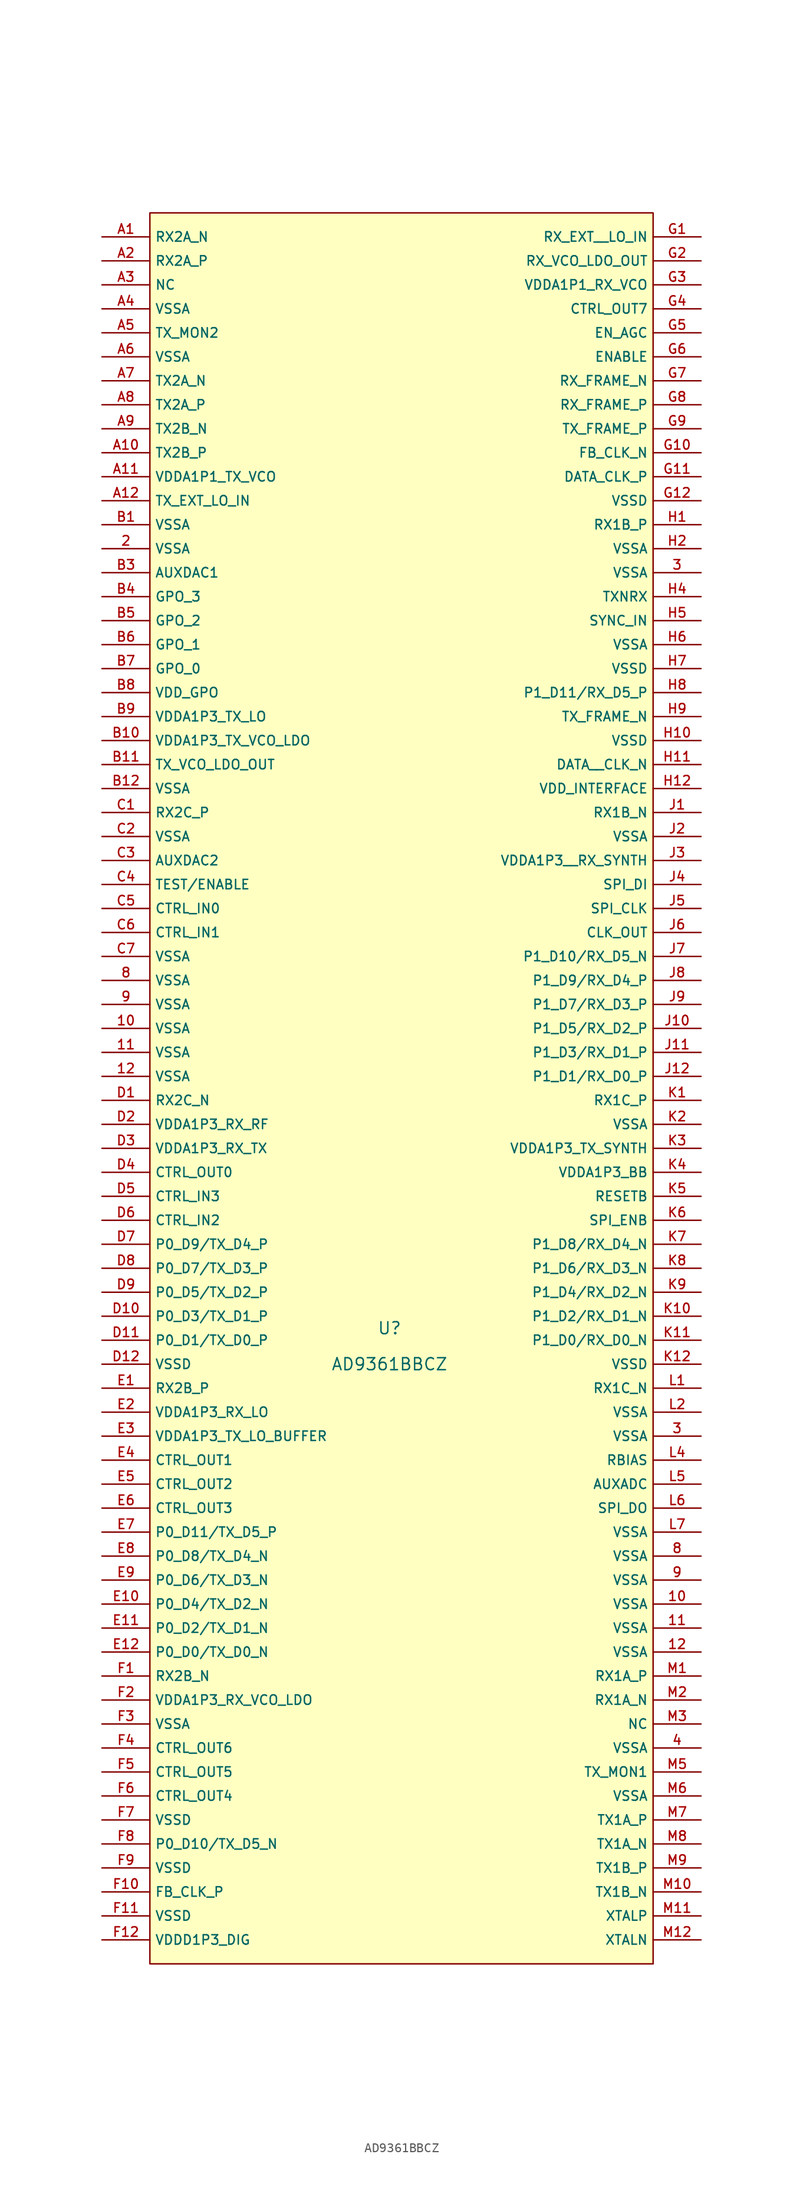
<source format=kicad_sym>
(kicad_symbol_lib
  (version 20210201)
  (generator TousstNicolas/JLC2KiCad_lib)
  (symbol "AD9361BBCZ"
    (property "Reference" "U"
      (at 0 1.27 0)
      (effects (font (size 1.27 1.27))))
    (property "Value" "AD9361BBCZ"
      (at 0 -2.54 0)
      (effects (font (size 1.27 1.27))))
    (symbol "AD9361BBCZ_0_1"
      (pin unspecified line (at -30.48 116.84 0) (length 5.08) (name "RX2A_N" (effects (font (size 1 1)))) (number "A1" (effects (font (size 1 1)))))
      (pin unspecified line (at -30.48 114.3 0) (length 5.08) (name "RX2A_P" (effects (font (size 1 1)))) (number "A2" (effects (font (size 1 1)))))
      (pin unspecified line (at -30.48 111.76 0) (length 5.08) (name "NC" (effects (font (size 1 1)))) (number "A3" (effects (font (size 1 1)))))
      (pin unspecified line (at -30.48 109.22 0) (length 5.08) (name "VSSA" (effects (font (size 1 1)))) (number "A4" (effects (font (size 1 1)))))
      (pin unspecified line (at -30.48 106.68 0) (length 5.08) (name "TX_MON2" (effects (font (size 1 1)))) (number "A5" (effects (font (size 1 1)))))
      (pin unspecified line (at -30.48 104.14 0) (length 5.08) (name "VSSA" (effects (font (size 1 1)))) (number "A6" (effects (font (size 1 1)))))
      (pin unspecified line (at -30.48 101.6 0) (length 5.08) (name "TX2A_N" (effects (font (size 1 1)))) (number "A7" (effects (font (size 1 1)))))
      (pin unspecified line (at -30.48 99.06 0) (length 5.08) (name "TX2A_P" (effects (font (size 1 1)))) (number "A8" (effects (font (size 1 1)))))
      (pin unspecified line (at -30.48 96.52 0) (length 5.08) (name "TX2B_N" (effects (font (size 1 1)))) (number "A9" (effects (font (size 1 1)))))
      (pin unspecified line (at -30.48 93.98 0) (length 5.08) (name "TX2B_P" (effects (font (size 1 1)))) (number "A10" (effects (font (size 1 1)))))
      (pin unspecified line (at -30.48 91.44 0) (length 5.08) (name "VDDA1P1_TX_VCO" (effects (font (size 1 1)))) (number "A11" (effects (font (size 1 1)))))
      (pin unspecified line (at -30.48 88.9 0) (length 5.08) (name "TX_EXT_LO_IN" (effects (font (size 1 1)))) (number "A12" (effects (font (size 1 1)))))
      (pin unspecified line (at -30.48 86.36 0) (length 5.08) (name "VSSA" (effects (font (size 1 1)))) (number "B1" (effects (font (size 1 1)))))
      (pin unspecified line (at -30.48 83.82 0) (length 5.08) (name "VSSA" (effects (font (size 1 1)))) (number "2" (effects (font (size 1 1)))))
      (pin unspecified line (at -30.48 81.28 0) (length 5.08) (name "AUXDAC1" (effects (font (size 1 1)))) (number "B3" (effects (font (size 1 1)))))
      (pin unspecified line (at -30.48 78.74 0) (length 5.08) (name "GPO_3" (effects (font (size 1 1)))) (number "B4" (effects (font (size 1 1)))))
      (pin unspecified line (at -30.48 76.2 0) (length 5.08) (name "GPO_2" (effects (font (size 1 1)))) (number "B5" (effects (font (size 1 1)))))
      (pin unspecified line (at -30.48 73.66 0) (length 5.08) (name "GPO_1" (effects (font (size 1 1)))) (number "B6" (effects (font (size 1 1)))))
      (pin unspecified line (at -30.48 71.12 0) (length 5.08) (name "GPO_0" (effects (font (size 1 1)))) (number "B7" (effects (font (size 1 1)))))
      (pin unspecified line (at -30.48 68.58 0) (length 5.08) (name "VDD_GPO" (effects (font (size 1 1)))) (number "B8" (effects (font (size 1 1)))))
      (pin unspecified line (at -30.48 66.04 0) (length 5.08) (name "VDDA1P3_TX_LO" (effects (font (size 1 1)))) (number "B9" (effects (font (size 1 1)))))
      (pin unspecified line (at -30.48 63.5 0) (length 5.08) (name "VDDA1P3_TX_VCO_LDO" (effects (font (size 1 1)))) (number "B10" (effects (font (size 1 1)))))
      (pin unspecified line (at -30.48 60.96 0) (length 5.08) (name "TX_VCO_LDO_OUT" (effects (font (size 1 1)))) (number "B11" (effects (font (size 1 1)))))
      (pin unspecified line (at -30.48 58.42 0) (length 5.08) (name "VSSA" (effects (font (size 1 1)))) (number "B12" (effects (font (size 1 1)))))
      (pin unspecified line (at -30.48 55.88 0) (length 5.08) (name "RX2C_P" (effects (font (size 1 1)))) (number "C1" (effects (font (size 1 1)))))
      (pin unspecified line (at -30.48 53.34 0) (length 5.08) (name "VSSA" (effects (font (size 1 1)))) (number "C2" (effects (font (size 1 1)))))
      (pin unspecified line (at -30.48 50.8 0) (length 5.08) (name "AUXDAC2" (effects (font (size 1 1)))) (number "C3" (effects (font (size 1 1)))))
      (pin unspecified line (at -30.48 48.26 0) (length 5.08) (name "TEST/ENABLE" (effects (font (size 1 1)))) (number "C4" (effects (font (size 1 1)))))
      (pin unspecified line (at -30.48 45.72 0) (length 5.08) (name "CTRL_IN0" (effects (font (size 1 1)))) (number "C5" (effects (font (size 1 1)))))
      (pin unspecified line (at -30.48 43.18 0) (length 5.08) (name "CTRL_IN1" (effects (font (size 1 1)))) (number "C6" (effects (font (size 1 1)))))
      (pin unspecified line (at -30.48 40.64 0) (length 5.08) (name "VSSA" (effects (font (size 1 1)))) (number "C7" (effects (font (size 1 1)))))
      (pin unspecified line (at -30.48 38.1 0) (length 5.08) (name "VSSA" (effects (font (size 1 1)))) (number "8" (effects (font (size 1 1)))))
      (pin unspecified line (at -30.48 35.56 0) (length 5.08) (name "VSSA" (effects (font (size 1 1)))) (number "9" (effects (font (size 1 1)))))
      (pin unspecified line (at -30.48 33.02 0) (length 5.08) (name "VSSA" (effects (font (size 1 1)))) (number "10" (effects (font (size 1 1)))))
      (pin unspecified line (at -30.48 30.48 0) (length 5.08) (name "VSSA" (effects (font (size 1 1)))) (number "11" (effects (font (size 1 1)))))
      (pin unspecified line (at -30.48 27.94 0) (length 5.08) (name "VSSA" (effects (font (size 1 1)))) (number "12" (effects (font (size 1 1)))))
      (pin unspecified line (at -30.48 25.4 0) (length 5.08) (name "RX2C_N" (effects (font (size 1 1)))) (number "D1" (effects (font (size 1 1)))))
      (pin unspecified line (at -30.48 22.86 0) (length 5.08) (name "VDDA1P3_RX_RF" (effects (font (size 1 1)))) (number "D2" (effects (font (size 1 1)))))
      (pin unspecified line (at -30.48 20.32 0) (length 5.08) (name "VDDA1P3_RX_TX" (effects (font (size 1 1)))) (number "D3" (effects (font (size 1 1)))))
      (pin unspecified line (at -30.48 17.78 0) (length 5.08) (name "CTRL_OUT0" (effects (font (size 1 1)))) (number "D4" (effects (font (size 1 1)))))
      (pin unspecified line (at -30.48 15.24 0) (length 5.08) (name "CTRL_IN3" (effects (font (size 1 1)))) (number "D5" (effects (font (size 1 1)))))
      (pin unspecified line (at -30.48 12.7 0) (length 5.08) (name "CTRL_IN2" (effects (font (size 1 1)))) (number "D6" (effects (font (size 1 1)))))
      (pin unspecified line (at -30.48 10.16 0) (length 5.08) (name "P0_D9/TX_D4_P" (effects (font (size 1 1)))) (number "D7" (effects (font (size 1 1)))))
      (pin unspecified line (at -30.48 7.62 0) (length 5.08) (name "P0_D7/TX_D3_P" (effects (font (size 1 1)))) (number "D8" (effects (font (size 1 1)))))
      (pin unspecified line (at -30.48 5.08 0) (length 5.08) (name "P0_D5/TX_D2_P" (effects (font (size 1 1)))) (number "D9" (effects (font (size 1 1)))))
      (pin unspecified line (at -30.48 2.54 0) (length 5.08) (name "P0_D3/TX_D1_P" (effects (font (size 1 1)))) (number "D10" (effects (font (size 1 1)))))
      (pin unspecified line (at -30.48 -0.0 0) (length 5.08) (name "P0_D1/TX_D0_P" (effects (font (size 1 1)))) (number "D11" (effects (font (size 1 1)))))
      (pin unspecified line (at -30.48 -2.54 0) (length 5.08) (name "VSSD" (effects (font (size 1 1)))) (number "D12" (effects (font (size 1 1)))))
      (pin unspecified line (at -30.48 -5.08 0) (length 5.08) (name "RX2B_P" (effects (font (size 1 1)))) (number "E1" (effects (font (size 1 1)))))
      (pin unspecified line (at -30.48 -7.62 0) (length 5.08) (name "VDDA1P3_RX_LO" (effects (font (size 1 1)))) (number "E2" (effects (font (size 1 1)))))
      (pin unspecified line (at -30.48 -10.16 0) (length 5.08) (name "VDDA1P3_TX_LO_BUFFER" (effects (font (size 1 1)))) (number "E3" (effects (font (size 1 1)))))
      (pin unspecified line (at -30.48 -12.7 0) (length 5.08) (name "CTRL_OUT1" (effects (font (size 1 1)))) (number "E4" (effects (font (size 1 1)))))
      (pin unspecified line (at -30.48 -15.24 0) (length 5.08) (name "CTRL_OUT2" (effects (font (size 1 1)))) (number "E5" (effects (font (size 1 1)))))
      (pin unspecified line (at -30.48 -17.78 0) (length 5.08) (name "CTRL_OUT3" (effects (font (size 1 1)))) (number "E6" (effects (font (size 1 1)))))
      (pin unspecified line (at -30.48 -20.32 0) (length 5.08) (name "P0_D11/TX_D5_P" (effects (font (size 1 1)))) (number "E7" (effects (font (size 1 1)))))
      (pin unspecified line (at -30.48 -22.86 0) (length 5.08) (name "P0_D8/TX_D4_N" (effects (font (size 1 1)))) (number "E8" (effects (font (size 1 1)))))
      (pin unspecified line (at -30.48 -25.4 0) (length 5.08) (name "P0_D6/TX_D3_N" (effects (font (size 1 1)))) (number "E9" (effects (font (size 1 1)))))
      (pin unspecified line (at -30.48 -27.94 0) (length 5.08) (name "P0_D4/TX_D2_N" (effects (font (size 1 1)))) (number "E10" (effects (font (size 1 1)))))
      (pin unspecified line (at -30.48 -30.48 0) (length 5.08) (name "P0_D2/TX_D1_N" (effects (font (size 1 1)))) (number "E11" (effects (font (size 1 1)))))
      (pin unspecified line (at -30.48 -33.02 0) (length 5.08) (name "P0_D0/TX_D0_N" (effects (font (size 1 1)))) (number "E12" (effects (font (size 1 1)))))
      (pin unspecified line (at -30.48 -35.56 0) (length 5.08) (name "RX2B_N" (effects (font (size 1 1)))) (number "F1" (effects (font (size 1 1)))))
      (pin unspecified line (at -30.48 -38.1 0) (length 5.08) (name "VDDA1P3_RX_VCO_LDO" (effects (font (size 1 1)))) (number "F2" (effects (font (size 1 1)))))
      (pin unspecified line (at -30.48 -40.64 0) (length 5.08) (name "VSSA" (effects (font (size 1 1)))) (number "F3" (effects (font (size 1 1)))))
      (pin unspecified line (at -30.48 -43.18 0) (length 5.08) (name "CTRL_OUT6" (effects (font (size 1 1)))) (number "F4" (effects (font (size 1 1)))))
      (pin unspecified line (at -30.48 -45.72 0) (length 5.08) (name "CTRL_OUT5" (effects (font (size 1 1)))) (number "F5" (effects (font (size 1 1)))))
      (pin unspecified line (at -30.48 -48.26 0) (length 5.08) (name "CTRL_OUT4" (effects (font (size 1 1)))) (number "F6" (effects (font (size 1 1)))))
      (pin unspecified line (at -30.48 -50.8 0) (length 5.08) (name "VSSD" (effects (font (size 1 1)))) (number "F7" (effects (font (size 1 1)))))
      (pin unspecified line (at -30.48 -53.34 0) (length 5.08) (name "P0_D10/TX_D5_N" (effects (font (size 1 1)))) (number "F8" (effects (font (size 1 1)))))
      (pin unspecified line (at -30.48 -55.88 0) (length 5.08) (name "VSSD" (effects (font (size 1 1)))) (number "F9" (effects (font (size 1 1)))))
      (pin unspecified line (at -30.48 -58.42 0) (length 5.08) (name "FB_CLK_P" (effects (font (size 1 1)))) (number "F10" (effects (font (size 1 1)))))
      (pin unspecified line (at -30.48 -60.96 0) (length 5.08) (name "VSSD" (effects (font (size 1 1)))) (number "F11" (effects (font (size 1 1)))))
      (pin unspecified line (at -30.48 -63.5 0) (length 5.08) (name "VDDD1P3_DIG" (effects (font (size 1 1)))) (number "F12" (effects (font (size 1 1)))))
      (pin unspecified line (at 33.02 116.84 180) (length 5.08) (name "RX_EXT_ LO_IN" (effects (font (size 1 1)))) (number "G1" (effects (font (size 1 1)))))
      (rectangle (start -25.4 119.38) (end 27.94 -66.04) (stroke (width 0) (type default) (color 0 0 0 0)) (fill (type background)))
      (pin unspecified line (at 33.02 114.3 180) (length 5.08) (name "RX_VCO_LDO_OUT" (effects (font (size 1 1)))) (number "G2" (effects (font (size 1 1)))))
      (pin unspecified line (at 33.02 111.76 180) (length 5.08) (name "VDDA1P1_RX_VCO" (effects (font (size 1 1)))) (number "G3" (effects (font (size 1 1)))))
      (pin unspecified line (at 33.02 109.22 180) (length 5.08) (name "CTRL_OUT7" (effects (font (size 1 1)))) (number "G4" (effects (font (size 1 1)))))
      (pin unspecified line (at 33.02 106.68 180) (length 5.08) (name "EN_AGC" (effects (font (size 1 1)))) (number "G5" (effects (font (size 1 1)))))
      (pin unspecified line (at 33.02 104.14 180) (length 5.08) (name "ENABLE" (effects (font (size 1 1)))) (number "G6" (effects (font (size 1 1)))))
      (pin unspecified line (at 33.02 101.6 180) (length 5.08) (name "RX_FRAME_N" (effects (font (size 1 1)))) (number "G7" (effects (font (size 1 1)))))
      (pin unspecified line (at 33.02 99.06 180) (length 5.08) (name "RX_FRAME_P" (effects (font (size 1 1)))) (number "G8" (effects (font (size 1 1)))))
      (pin unspecified line (at 33.02 96.52 180) (length 5.08) (name "TX_FRAME_P" (effects (font (size 1 1)))) (number "G9" (effects (font (size 1 1)))))
      (pin unspecified line (at 33.02 93.98 180) (length 5.08) (name "FB_CLK_N" (effects (font (size 1 1)))) (number "G10" (effects (font (size 1 1)))))
      (pin unspecified line (at 33.02 91.44 180) (length 5.08) (name "DATA_CLK_P" (effects (font (size 1 1)))) (number "G11" (effects (font (size 1 1)))))
      (pin unspecified line (at 33.02 88.9 180) (length 5.08) (name "VSSD" (effects (font (size 1 1)))) (number "G12" (effects (font (size 1 1)))))
      (pin unspecified line (at 33.02 86.36 180) (length 5.08) (name "RX1B_P" (effects (font (size 1 1)))) (number "H1" (effects (font (size 1 1)))))
      (pin unspecified line (at 33.02 83.82 180) (length 5.08) (name "VSSA" (effects (font (size 1 1)))) (number "H2" (effects (font (size 1 1)))))
      (pin unspecified line (at 33.02 81.28 180) (length 5.08) (name "VSSA" (effects (font (size 1 1)))) (number "3" (effects (font (size 1 1)))))
      (pin unspecified line (at 33.02 78.74 180) (length 5.08) (name "TXNRX" (effects (font (size 1 1)))) (number "H4" (effects (font (size 1 1)))))
      (pin unspecified line (at 33.02 76.2 180) (length 5.08) (name "SYNC_IN" (effects (font (size 1 1)))) (number "H5" (effects (font (size 1 1)))))
      (pin unspecified line (at 33.02 73.66 180) (length 5.08) (name "VSSA" (effects (font (size 1 1)))) (number "H6" (effects (font (size 1 1)))))
      (pin unspecified line (at 33.02 71.12 180) (length 5.08) (name "VSSD" (effects (font (size 1 1)))) (number "H7" (effects (font (size 1 1)))))
      (pin unspecified line (at 33.02 68.58 180) (length 5.08) (name "P1_D11/RX_D5_P" (effects (font (size 1 1)))) (number "H8" (effects (font (size 1 1)))))
      (pin unspecified line (at 33.02 66.04 180) (length 5.08) (name "TX_FRAME_N" (effects (font (size 1 1)))) (number "H9" (effects (font (size 1 1)))))
      (pin unspecified line (at 33.02 63.5 180) (length 5.08) (name "VSSD" (effects (font (size 1 1)))) (number "H10" (effects (font (size 1 1)))))
      (pin unspecified line (at 33.02 60.96 180) (length 5.08) (name "DATA_ CLK_N" (effects (font (size 1 1)))) (number "H11" (effects (font (size 1 1)))))
      (pin unspecified line (at 33.02 58.42 180) (length 5.08) (name "VDD_INTERFACE" (effects (font (size 1 1)))) (number "H12" (effects (font (size 1 1)))))
      (pin unspecified line (at 33.02 55.88 180) (length 5.08) (name "RX1B_N" (effects (font (size 1 1)))) (number "J1" (effects (font (size 1 1)))))
      (pin unspecified line (at 33.02 53.34 180) (length 5.08) (name "VSSA" (effects (font (size 1 1)))) (number "J2" (effects (font (size 1 1)))))
      (pin unspecified line (at 33.02 50.8 180) (length 5.08) (name "VDDA1P3_ RX_SYNTH" (effects (font (size 1 1)))) (number "J3" (effects (font (size 1 1)))))
      (pin unspecified line (at 33.02 48.26 180) (length 5.08) (name "SPI_DI" (effects (font (size 1 1)))) (number "J4" (effects (font (size 1 1)))))
      (pin unspecified line (at 33.02 45.72 180) (length 5.08) (name "SPI_CLK" (effects (font (size 1 1)))) (number "J5" (effects (font (size 1 1)))))
      (pin unspecified line (at 33.02 43.18 180) (length 5.08) (name "CLK_OUT" (effects (font (size 1 1)))) (number "J6" (effects (font (size 1 1)))))
      (pin unspecified line (at 33.02 40.64 180) (length 5.08) (name "P1_D10/RX_D5_N" (effects (font (size 1 1)))) (number "J7" (effects (font (size 1 1)))))
      (pin unspecified line (at 33.02 38.1 180) (length 5.08) (name "P1_D9/RX_D4_P" (effects (font (size 1 1)))) (number "J8" (effects (font (size 1 1)))))
      (pin unspecified line (at 33.02 35.56 180) (length 5.08) (name "P1_D7/RX_D3_P" (effects (font (size 1 1)))) (number "J9" (effects (font (size 1 1)))))
      (pin unspecified line (at 33.02 33.02 180) (length 5.08) (name "P1_D5/RX_D2_P" (effects (font (size 1 1)))) (number "J10" (effects (font (size 1 1)))))
      (pin unspecified line (at 33.02 30.48 180) (length 5.08) (name "P1_D3/RX_D1_P" (effects (font (size 1 1)))) (number "J11" (effects (font (size 1 1)))))
      (pin unspecified line (at 33.02 27.94 180) (length 5.08) (name "P1_D1/RX_D0_P" (effects (font (size 1 1)))) (number "J12" (effects (font (size 1 1)))))
      (pin unspecified line (at 33.02 25.4 180) (length 5.08) (name "RX1C_P" (effects (font (size 1 1)))) (number "K1" (effects (font (size 1 1)))))
      (pin unspecified line (at 33.02 22.86 180) (length 5.08) (name "VSSA" (effects (font (size 1 1)))) (number "K2" (effects (font (size 1 1)))))
      (pin unspecified line (at 33.02 20.32 180) (length 5.08) (name "VDDA1P3_TX_SYNTH" (effects (font (size 1 1)))) (number "K3" (effects (font (size 1 1)))))
      (pin unspecified line (at 33.02 17.78 180) (length 5.08) (name "VDDA1P3_BB" (effects (font (size 1 1)))) (number "K4" (effects (font (size 1 1)))))
      (pin unspecified line (at 33.02 15.24 180) (length 5.08) (name "RESETB" (effects (font (size 1 1)))) (number "K5" (effects (font (size 1 1)))))
      (pin unspecified line (at 33.02 12.7 180) (length 5.08) (name "SPI_ENB" (effects (font (size 1 1)))) (number "K6" (effects (font (size 1 1)))))
      (pin unspecified line (at 33.02 10.16 180) (length 5.08) (name "P1_D8/RX_D4_N" (effects (font (size 1 1)))) (number "K7" (effects (font (size 1 1)))))
      (pin unspecified line (at 33.02 7.62 180) (length 5.08) (name "P1_D6/RX_D3_N" (effects (font (size 1 1)))) (number "K8" (effects (font (size 1 1)))))
      (pin unspecified line (at 33.02 5.08 180) (length 5.08) (name "P1_D4/RX_D2_N" (effects (font (size 1 1)))) (number "K9" (effects (font (size 1 1)))))
      (pin unspecified line (at 33.02 2.54 180) (length 5.08) (name "P1_D2/RX_D1_N" (effects (font (size 1 1)))) (number "K10" (effects (font (size 1 1)))))
      (pin unspecified line (at 33.02 -0.0 180) (length 5.08) (name "P1_D0/RX_D0_N" (effects (font (size 1 1)))) (number "K11" (effects (font (size 1 1)))))
      (pin unspecified line (at 33.02 -2.54 180) (length 5.08) (name "VSSD" (effects (font (size 1 1)))) (number "K12" (effects (font (size 1 1)))))
      (pin unspecified line (at 33.02 -5.08 180) (length 5.08) (name "RX1C_N" (effects (font (size 1 1)))) (number "L1" (effects (font (size 1 1)))))
      (pin unspecified line (at 33.02 -7.62 180) (length 5.08) (name "VSSA" (effects (font (size 1 1)))) (number "L2" (effects (font (size 1 1)))))
      (pin unspecified line (at 33.02 -10.16 180) (length 5.08) (name "VSSA" (effects (font (size 1 1)))) (number "3" (effects (font (size 1 1)))))
      (pin unspecified line (at 33.02 -12.7 180) (length 5.08) (name "RBIAS" (effects (font (size 1 1)))) (number "L4" (effects (font (size 1 1)))))
      (pin unspecified line (at 33.02 -15.24 180) (length 5.08) (name "AUXADC" (effects (font (size 1 1)))) (number "L5" (effects (font (size 1 1)))))
      (pin unspecified line (at 33.02 -17.78 180) (length 5.08) (name "SPI_DO" (effects (font (size 1 1)))) (number "L6" (effects (font (size 1 1)))))
      (pin unspecified line (at 33.02 -20.32 180) (length 5.08) (name "VSSA" (effects (font (size 1 1)))) (number "L7" (effects (font (size 1 1)))))
      (pin unspecified line (at 33.02 -22.86 180) (length 5.08) (name "VSSA" (effects (font (size 1 1)))) (number "8" (effects (font (size 1 1)))))
      (pin unspecified line (at 33.02 -25.4 180) (length 5.08) (name "VSSA" (effects (font (size 1 1)))) (number "9" (effects (font (size 1 1)))))
      (pin unspecified line (at 33.02 -27.94 180) (length 5.08) (name "VSSA" (effects (font (size 1 1)))) (number "10" (effects (font (size 1 1)))))
      (pin unspecified line (at 33.02 -30.48 180) (length 5.08) (name "VSSA" (effects (font (size 1 1)))) (number "11" (effects (font (size 1 1)))))
      (pin unspecified line (at 33.02 -33.02 180) (length 5.08) (name "VSSA" (effects (font (size 1 1)))) (number "12" (effects (font (size 1 1)))))
      (pin unspecified line (at 33.02 -35.56 180) (length 5.08) (name "RX1A_P" (effects (font (size 1 1)))) (number "M1" (effects (font (size 1 1)))))
      (pin unspecified line (at 33.02 -38.1 180) (length 5.08) (name "RX1A_N" (effects (font (size 1 1)))) (number "M2" (effects (font (size 1 1)))))
      (pin unspecified line (at 33.02 -40.64 180) (length 5.08) (name "NC" (effects (font (size 1 1)))) (number "M3" (effects (font (size 1 1)))))
      (pin unspecified line (at 33.02 -43.18 180) (length 5.08) (name "VSSA" (effects (font (size 1 1)))) (number "4" (effects (font (size 1 1)))))
      (pin unspecified line (at 33.02 -45.72 180) (length 5.08) (name "TX_MON1" (effects (font (size 1 1)))) (number "M5" (effects (font (size 1 1)))))
      (pin unspecified line (at 33.02 -48.26 180) (length 5.08) (name "VSSA" (effects (font (size 1 1)))) (number "M6" (effects (font (size 1 1)))))
      (pin unspecified line (at 33.02 -50.8 180) (length 5.08) (name "TX1A_P" (effects (font (size 1 1)))) (number "M7" (effects (font (size 1 1)))))
      (pin unspecified line (at 33.02 -53.34 180) (length 5.08) (name "TX1A_N" (effects (font (size 1 1)))) (number "M8" (effects (font (size 1 1)))))
      (pin unspecified line (at 33.02 -55.88 180) (length 5.08) (name "TX1B_P" (effects (font (size 1 1)))) (number "M9" (effects (font (size 1 1)))))
      (pin unspecified line (at 33.02 -58.42 180) (length 5.08) (name "TX1B_N" (effects (font (size 1 1)))) (number "M10" (effects (font (size 1 1)))))
      (pin unspecified line (at 33.02 -60.96 180) (length 5.08) (name "XTALP" (effects (font (size 1 1)))) (number "M11" (effects (font (size 1 1)))))
      (pin unspecified line (at 33.02 -63.5 180) (length 5.08) (name "XTALN" (effects (font (size 1 1)))) (number "M12" (effects (font (size 1 1))))))))
</source>
